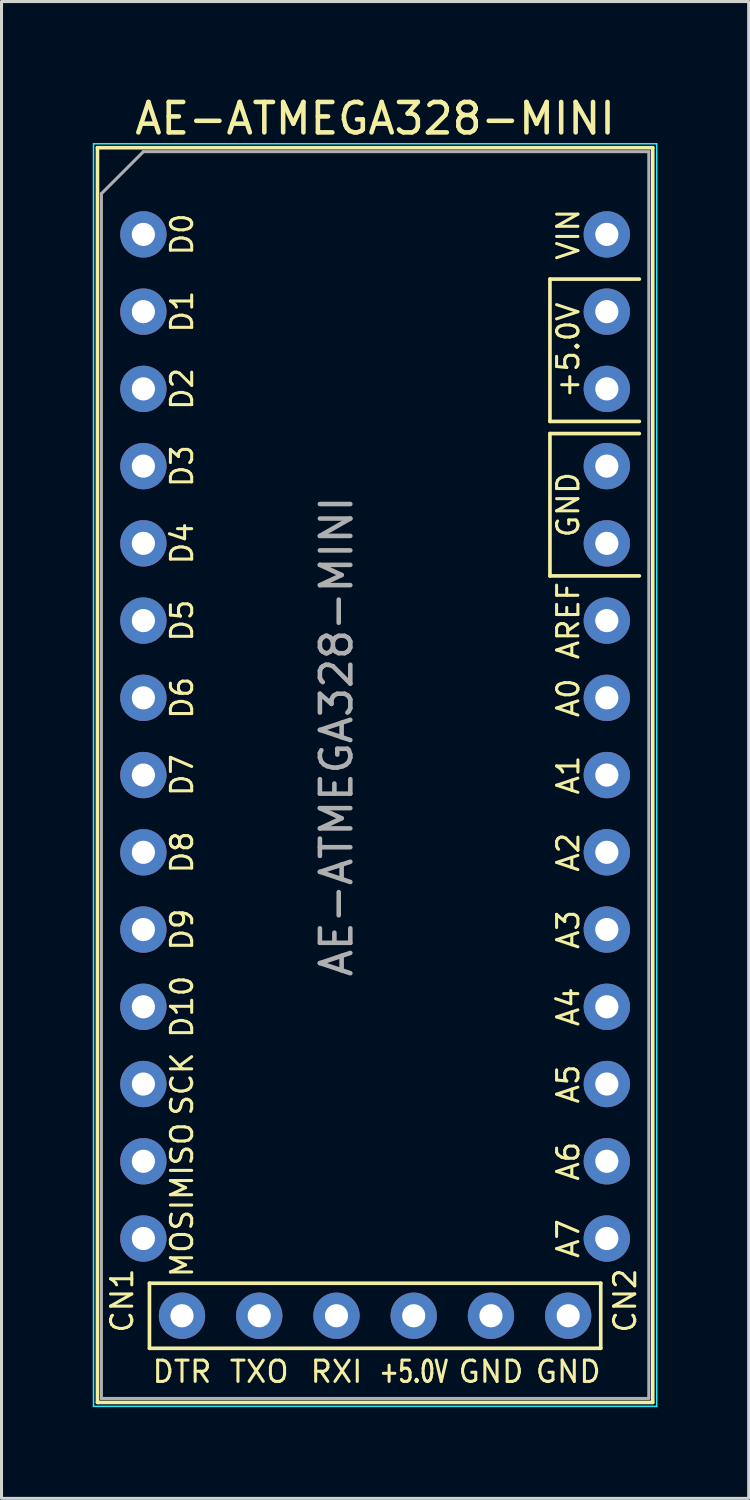
<source format=kicad_pcb>
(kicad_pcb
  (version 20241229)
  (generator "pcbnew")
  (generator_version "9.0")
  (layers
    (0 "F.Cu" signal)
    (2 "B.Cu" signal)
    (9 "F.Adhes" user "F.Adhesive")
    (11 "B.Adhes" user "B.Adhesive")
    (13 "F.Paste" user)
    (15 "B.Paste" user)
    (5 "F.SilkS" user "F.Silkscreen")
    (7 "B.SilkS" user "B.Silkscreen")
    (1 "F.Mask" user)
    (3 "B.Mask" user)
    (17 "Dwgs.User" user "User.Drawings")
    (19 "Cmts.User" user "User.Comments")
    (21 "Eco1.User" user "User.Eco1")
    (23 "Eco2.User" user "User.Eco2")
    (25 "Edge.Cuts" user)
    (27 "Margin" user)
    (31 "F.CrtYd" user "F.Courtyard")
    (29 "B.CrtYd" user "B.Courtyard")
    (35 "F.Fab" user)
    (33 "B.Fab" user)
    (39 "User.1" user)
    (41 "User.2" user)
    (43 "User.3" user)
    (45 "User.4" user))
  (footprint "AE-ATMEGA328-MINI"
    (layer "F.Cu")
    (at 1.665 4.658)
    (property "Reference" "AE-ATMEGA328-MINI" (at 7.62 -3.81 180) (layer "F.SilkS") (effects (font (size 1 1) (thickness 0.15))))
    (attr through_hole)
    (fp_line (start -1.51 -2.85) (end -1.51 38.41) (stroke (width 0.12) (type solid)) (layer "F.SilkS"))
    (fp_line (start -1.51 38.41) (end 16.75 38.41) (stroke (width 0.12) (type solid)) (layer "F.SilkS"))
    (fp_line (start 0.2 34.49) (end 0.2 36.63) (stroke (width 0.12) (type solid)) (layer "F.SilkS"))
    (fp_line (start 0.2 36.63) (end 15.04 36.63) (stroke (width 0.12) (type solid)) (layer "F.SilkS"))
    (fp_line (start 13.37 1.47) (end 13.37 6.15) (stroke (width 0.12) (type solid)) (layer "F.SilkS"))
    (fp_line (start 13.37 6.15) (end 16.31 6.15) (stroke (width 0.12) (type solid)) (layer "F.SilkS"))
    (fp_line (start 13.37 6.55) (end 13.37 11.23) (stroke (width 0.12) (type solid)) (layer "F.SilkS"))
    (fp_line (start 13.37 11.23) (end 16.31 11.23) (stroke (width 0.12) (type solid)) (layer "F.SilkS"))
    (fp_line (start 15.04 34.49) (end 0.2 34.49) (stroke (width 0.12) (type solid)) (layer "F.SilkS"))
    (fp_line (start 15.04 36.63) (end 15.04 34.49) (stroke (width 0.12) (type solid)) (layer "F.SilkS"))
    (fp_line (start 16.31 1.47) (end 13.37 1.47) (stroke (width 0.12) (type solid)) (layer "F.SilkS"))
    (fp_line (start 16.31 6.55) (end 13.37 6.55) (stroke (width 0.12) (type solid)) (layer "F.SilkS"))
    (fp_line (start 16.75 -2.85) (end -1.51 -2.85) (stroke (width 0.12) (type solid)) (layer "F.SilkS"))
    (fp_line (start 16.75 38.41) (end 16.75 -2.85) (stroke (width 0.12) (type solid)) (layer "F.SilkS"))
    (fp_line (start -1.64 -2.98) (end -1.64 38.54) (stroke (width 0.05) (type solid)) (layer "B.CrtYd"))
    (fp_line (start -1.64 38.54) (end 16.88 38.54) (stroke (width 0.05) (type solid)) (layer "B.CrtYd"))
    (fp_line (start 16.88 -2.98) (end -1.64 -2.98) (stroke (width 0.05) (type solid)) (layer "B.CrtYd"))
    (fp_line (start 16.88 38.54) (end 16.88 -2.98) (stroke (width 0.05) (type solid)) (layer "B.CrtYd"))
    (fp_line (start -1.38 -1.34) (end -1.38 38.28) (stroke (width 0.1) (type solid)) (layer "F.Fab"))
    (fp_line (start -1.38 38.28) (end 16.62 38.28) (stroke (width 0.1) (type solid)) (layer "F.Fab"))
    (fp_line (start 0 -2.72) (end -1.38 -1.34) (stroke (width 0.1) (type solid)) (layer "F.Fab"))
    (fp_line (start 16.62 -2.72) (end 0 -2.72) (stroke (width 0.1) (type solid)) (layer "F.Fab"))
    (fp_line (start 16.62 38.28) (end 16.62 -2.72) (stroke (width 0.1) (type solid)) (layer "F.Fab"))
    (fp_text user "D1" (at 1.27 2.54 270) (layer "F.SilkS") (effects (font (size 0.7 0.7) (thickness 0.1))))
    (fp_text user "D7" (at 1.27 17.78 270) (layer "F.SilkS") (effects (font (size 0.7 0.7) (thickness 0.1))))
    (fp_text user "A3" (at 13.97 22.86 270) (layer "F.SilkS") (effects (font (size 0.7 0.7) (thickness 0.1))))
    (fp_text user "D6" (at 1.27 15.24 270) (layer "F.SilkS") (effects (font (size 0.7 0.7) (thickness 0.1))))
    (fp_text user "D0" (at 1.27 0 270) (layer "F.SilkS") (effects (font (size 0.7 0.7) (thickness 0.1))))
    (fp_text user "DTR" (at 1.27 37.4 0) (layer "F.SilkS") (effects (font (size 0.7 0.7) (thickness 0.1))))
    (fp_text user "CN1" (at -0.7 35.06 270) (layer "F.SilkS") (effects (font (size 0.7 0.7) (thickness 0.1))))
    (fp_text user "A2" (at 13.97 20.32 270) (layer "F.SilkS") (effects (font (size 0.7 0.7) (thickness 0.1))))
    (fp_text user "A5" (at 13.97 27.94 270) (layer "F.SilkS") (effects (font (size 0.7 0.7) (thickness 0.1))))
    (fp_text user "D5" (at 1.27 12.7 270) (layer "F.SilkS") (effects (font (size 0.7 0.7) (thickness 0.1))))
    (fp_text user "SCK" (at 1.27 27.94 270) (layer "F.SilkS") (effects (font (size 0.7 0.7) (thickness 0.1))))
    (fp_text user "D3" (at 1.27 7.62 270) (layer "F.SilkS") (effects (font (size 0.7 0.7) (thickness 0.1))))
    (fp_text user "TXO" (at 3.81 37.4 0) (layer "F.SilkS") (effects (font (size 0.7 0.7) (thickness 0.1))))
    (fp_text user "RXI" (at 6.35 37.4 0) (layer "F.SilkS") (effects (font (size 0.7 0.7) (thickness 0.1))))
    (fp_text user "A4" (at 13.97 25.4 270) (layer "F.SilkS") (effects (font (size 0.7 0.7) (thickness 0.1))))
    (fp_text user "GND" (at 13.97 8.89 270) (layer "F.SilkS") (effects (font (size 0.7 0.7) (thickness 0.1))))
    (fp_text user "GND" (at 13.97 37.4 0) (layer "F.SilkS") (effects (font (size 0.7 0.7) (thickness 0.1))))
    (fp_text user "MISO" (at 1.27 30.48 270) (layer "F.SilkS") (effects (font (size 0.7 0.7) (thickness 0.1))))
    (fp_text user "A6" (at 13.97 30.48 270) (layer "F.SilkS") (effects (font (size 0.7 0.7) (thickness 0.1))))
    (fp_text user "MOSI" (at 1.27 33.02 270) (layer "F.SilkS") (effects (font (size 0.7 0.7) (thickness 0.1))))
    (fp_text user "D2" (at 1.27 5.08 270) (layer "F.SilkS") (effects (font (size 0.7 0.7) (thickness 0.1))))
    (fp_text user "+5.0V" (at 8.89 37.4 0) (layer "F.SilkS") (effects (font (size 0.7 0.5) (thickness 0.1))))
    (fp_text user "A0" (at 13.97 15.24 270) (layer "F.SilkS") (effects (font (size 0.7 0.7) (thickness 0.1))))
    (fp_text user "A7" (at 13.97 33.02 270) (layer "F.SilkS") (effects (font (size 0.7 0.7) (thickness 0.1))))
    (fp_text user "AREF" (at 13.97 12.7 270) (layer "F.SilkS") (effects (font (size 0.7 0.7) (thickness 0.1))))
    (fp_text user "A1" (at 13.97 17.78 270) (layer "F.SilkS") (effects (font (size 0.7 0.7) (thickness 0.1))))
    (fp_text user "GND" (at 11.43 37.4 0) (layer "F.SilkS") (effects (font (size 0.7 0.7) (thickness 0.1))))
    (fp_text user "D4" (at 1.27 10.16 270) (layer "F.SilkS") (effects (font (size 0.7 0.7) (thickness 0.1))))
    (fp_text user "D9" (at 1.27 22.86 270) (layer "F.SilkS") (effects (font (size 0.7 0.7) (thickness 0.1))))
    (fp_text user "D8" (at 1.27 20.32 270) (layer "F.SilkS") (effects (font (size 0.7 0.7) (thickness 0.1))))
    (fp_text user "CN2" (at 15.84 35.06 270) (layer "F.SilkS") (effects (font (size 0.7 0.7) (thickness 0.1))))
    (fp_text user "+5.0V" (at 13.97 3.81 270) (layer "F.SilkS") (effects (font (size 0.7 0.7) (thickness 0.1))))
    (fp_text user "D10" (at 1.27 25.4 270) (layer "F.SilkS") (effects (font (size 0.7 0.7) (thickness 0.1))))
    (fp_text user "VIN" (at 13.97 0 270) (layer "F.SilkS") (effects (font (size 0.7 0.7) (thickness 0.1))))
    (fp_text user "${REFERENCE}" (at 6.35 16.51 270) (layer "F.Fab") (effects (font (size 1 1) (thickness 0.15))))
    (pad "1" thru_hole circle (at 0 0) (size 1.524 1.524) (drill 0.762) (layers "*.Cu" "*.Mask"))
    (pad "2" thru_hole circle (at 0 2.54) (size 1.524 1.524) (drill 0.762) (layers "*.Cu" "*.Mask"))
    (pad "3" thru_hole circle (at 0 5.08) (size 1.524 1.524) (drill 0.762) (layers "*.Cu" "*.Mask"))
    (pad "4" thru_hole circle (at 0 7.62) (size 1.524 1.524) (drill 0.762) (layers "*.Cu" "*.Mask"))
    (pad "5" thru_hole circle (at 0 10.16) (size 1.524 1.524) (drill 0.762) (layers "*.Cu" "*.Mask"))
    (pad "6" thru_hole circle (at 0 12.7) (size 1.524 1.524) (drill 0.762) (layers "*.Cu" "*.Mask"))
    (pad "7" thru_hole circle (at 0 15.24) (size 1.524 1.524) (drill 0.762) (layers "*.Cu" "*.Mask"))
    (pad "8" thru_hole circle (at 0 17.78) (size 1.524 1.524) (drill 0.762) (layers "*.Cu" "*.Mask"))
    (pad "9" thru_hole circle (at 0 20.32) (size 1.524 1.524) (drill 0.762) (layers "*.Cu" "*.Mask"))
    (pad "10" thru_hole circle (at 0 22.86) (size 1.524 1.524) (drill 0.762) (layers "*.Cu" "*.Mask"))
    (pad "11" thru_hole circle (at 0 25.4) (size 1.524 1.524) (drill 0.762) (layers "*.Cu" "*.Mask"))
    (pad "12" thru_hole circle (at 0 27.94) (size 1.524 1.524) (drill 0.762) (layers "*.Cu" "*.Mask"))
    (pad "13" thru_hole circle (at 0 30.48) (size 1.524 1.524) (drill 0.762) (layers "*.Cu" "*.Mask"))
    (pad "14" thru_hole circle (at 0 33.02) (size 1.524 1.524) (drill 0.762) (layers "*.Cu" "*.Mask"))
    (pad "15" thru_hole circle (at 1.27 35.56) (size 1.524 1.524) (drill 0.762) (layers "*.Cu" "*.Mask"))
    (pad "16" thru_hole circle (at 3.81 35.56) (size 1.524 1.524) (drill 0.762) (layers "*.Cu" "*.Mask"))
    (pad "17" thru_hole circle (at 6.35 35.56) (size 1.524 1.524) (drill 0.762) (layers "*.Cu" "*.Mask"))
    (pad "18" thru_hole circle (at 8.89 35.56) (size 1.524 1.524) (drill 0.762) (layers "*.Cu" "*.Mask"))
    (pad "19" thru_hole circle (at 11.43 35.56) (size 1.524 1.524) (drill 0.762) (layers "*.Cu" "*.Mask"))
    (pad "20" thru_hole circle (at 13.97 35.56) (size 1.524 1.524) (drill 0.762) (layers "*.Cu" "*.Mask"))
    (pad "21" thru_hole circle (at 15.24 33.02) (size 1.524 1.524) (drill 0.762) (layers "*.Cu" "*.Mask"))
    (pad "22" thru_hole circle (at 15.24 30.48) (size 1.524 1.524) (drill 0.762) (layers "*.Cu" "*.Mask"))
    (pad "23" thru_hole circle (at 15.24 27.94) (size 1.524 1.524) (drill 0.762) (layers "*.Cu" "*.Mask"))
    (pad "24" thru_hole circle (at 15.24 25.4) (size 1.524 1.524) (drill 0.762) (layers "*.Cu" "*.Mask"))
    (pad "25" thru_hole circle (at 15.24 22.86) (size 1.524 1.524) (drill 0.762) (layers "*.Cu" "*.Mask"))
    (pad "26" thru_hole circle (at 15.24 20.32) (size 1.524 1.524) (drill 0.762) (layers "*.Cu" "*.Mask"))
    (pad "27" thru_hole circle (at 15.24 17.78) (size 1.524 1.524) (drill 0.762) (layers "*.Cu" "*.Mask"))
    (pad "28" thru_hole circle (at 15.24 15.24) (size 1.524 1.524) (drill 0.762) (layers "*.Cu" "*.Mask"))
    (pad "29" thru_hole circle (at 15.24 12.7) (size 1.524 1.524) (drill 0.762) (layers "*.Cu" "*.Mask"))
    (pad "30" thru_hole circle (at 15.24 10.16) (size 1.524 1.524) (drill 0.762) (layers "*.Cu" "*.Mask"))
    (pad "31" thru_hole circle (at 15.24 7.62) (size 1.524 1.524) (drill 0.762) (layers "*.Cu" "*.Mask"))
    (pad "32" thru_hole circle (at 15.24 5.08) (size 1.524 1.524) (drill 0.762) (layers "*.Cu" "*.Mask"))
    (pad "33" thru_hole circle (at 15.24 2.54) (size 1.524 1.524) (drill 0.762) (layers "*.Cu" "*.Mask"))
    (pad "34" thru_hole circle (at 15.24 0) (size 1.524 1.524) (drill 0.762) (layers "*.Cu" "*.Mask")))
  (gr_rect
    (start -3 -3)
    (end 21.57 46.223)
    (stroke (width 0.1) (type default))
    (fill no)
    (layer "Edge.Cuts")))
</source>
